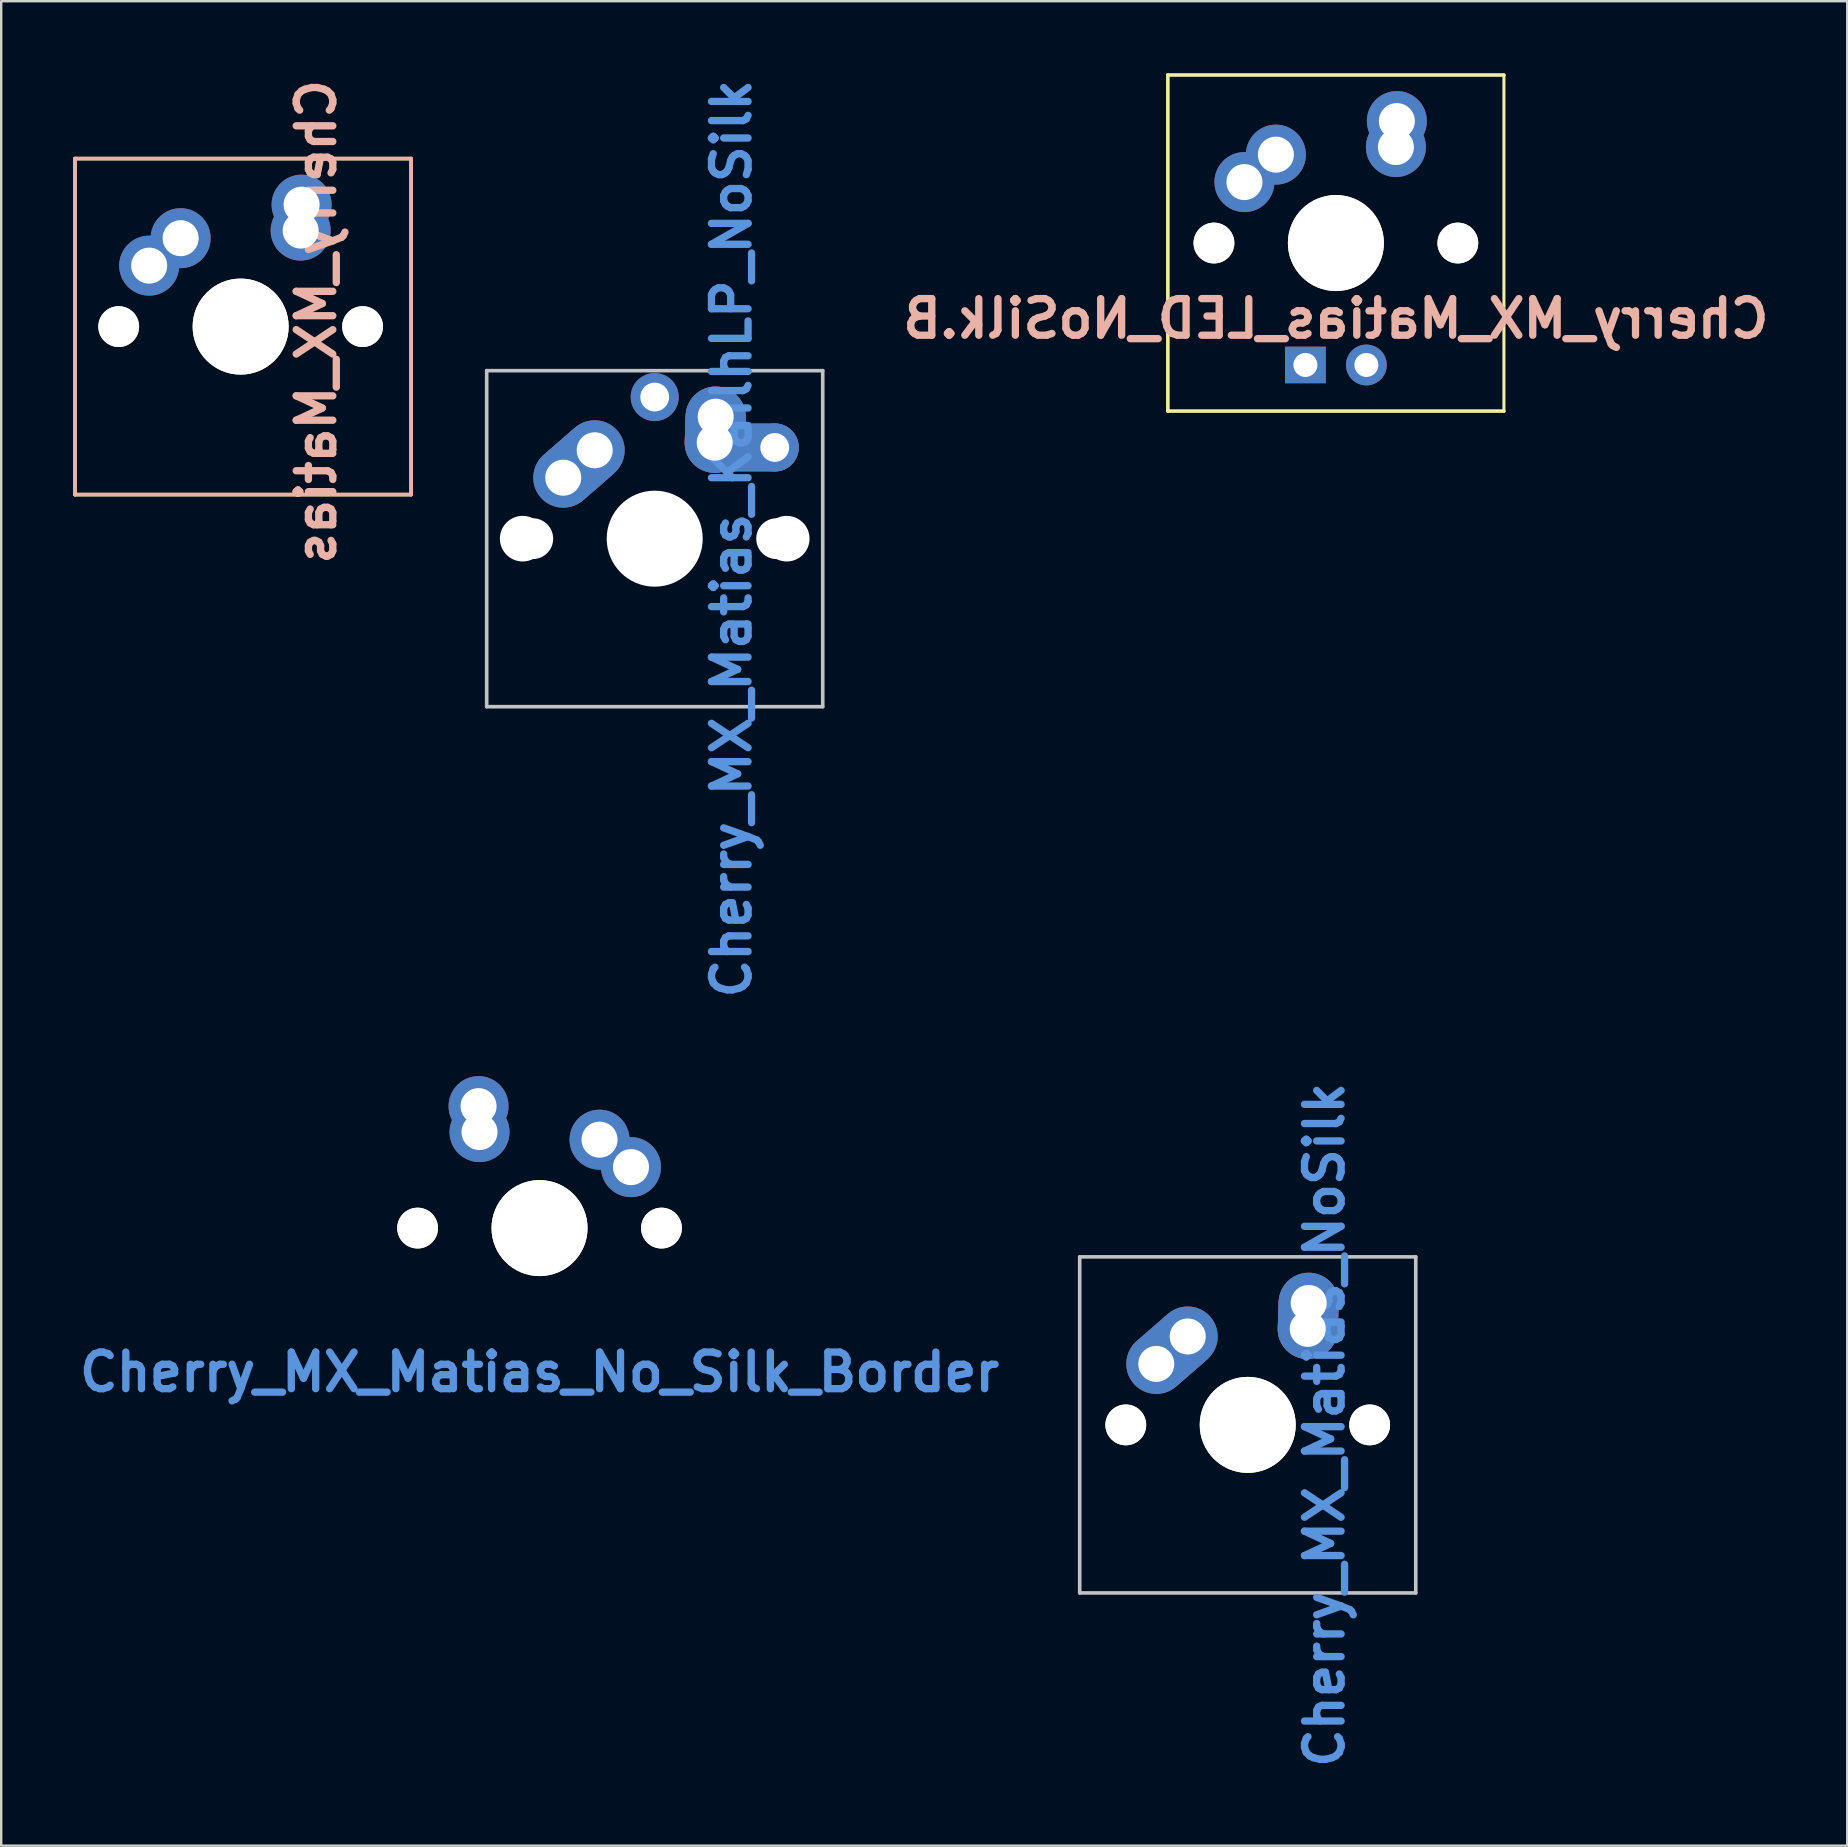
<source format=kicad_pcb>
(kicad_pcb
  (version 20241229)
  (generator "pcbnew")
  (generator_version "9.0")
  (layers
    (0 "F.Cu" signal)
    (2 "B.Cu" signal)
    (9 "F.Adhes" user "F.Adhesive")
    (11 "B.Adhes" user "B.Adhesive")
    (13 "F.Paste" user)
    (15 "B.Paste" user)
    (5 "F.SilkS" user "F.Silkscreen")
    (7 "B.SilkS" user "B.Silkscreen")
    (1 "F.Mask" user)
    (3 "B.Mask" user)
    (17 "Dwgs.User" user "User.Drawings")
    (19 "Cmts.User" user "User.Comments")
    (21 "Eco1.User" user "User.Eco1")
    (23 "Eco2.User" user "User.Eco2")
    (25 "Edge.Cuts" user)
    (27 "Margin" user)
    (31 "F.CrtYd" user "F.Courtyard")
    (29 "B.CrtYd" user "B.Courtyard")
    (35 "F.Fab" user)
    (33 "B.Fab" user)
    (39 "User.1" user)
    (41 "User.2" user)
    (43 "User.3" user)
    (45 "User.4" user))
  (footprint "Cherry_MX_Matias_KailhLP_NoSilk"
    (layer "F.Cu")
    (at 24.225 19.391)
    (property "Reference" "Cherry_MX_Matias_KailhLP_NoSilk" (at 3.2 0 90) (layer "Cmts.User") (effects (font (size 1.524 1.524) (thickness 0.305))))
    (attr through_hole)
    (fp_line (start -7 -7) (end 7 -7) (stroke (width 0.15) (type solid)) (layer "Dwgs.User"))
    (fp_line (start -7 7) (end -7 -7) (stroke (width 0.15) (type solid)) (layer "Dwgs.User"))
    (fp_line (start 7 -7) (end 7 7) (stroke (width 0.15) (type solid)) (layer "Dwgs.User"))
    (fp_line (start 7 7) (end -7 7) (stroke (width 0.15) (type solid)) (layer "Dwgs.User"))
    (pad "" np_thru_hole circle (at -5.5 0) (size 1.9 1.9) (drill 1.9) (layers "*.Cu" "*.Mask"))
    (pad "" np_thru_hole circle (at -5.08 0) (size 1.7 1.7) (drill 1.7) (layers "*.Cu" "*.Mask"))
    (pad "" np_thru_hole circle (at 0 0) (size 4 4) (drill 4) (layers "*.Cu" "*.Mask"))
    (pad "" np_thru_hole circle (at 5.08 0) (size 1.7 1.7) (drill 1.7) (layers "*.Cu" "*.Mask"))
    (pad "" np_thru_hole circle (at 5.5 0) (size 1.9 1.9) (drill 1.9) (layers "*.Cu" "*.Mask"))
    (pad "1" thru_hole oval (at -3.81 -2.54 311) (size 2.5 4.1) (drill 1.5 (offset 0 -0.8)) (layers "*.Cu" "*.Mask"))
    (pad "1" smd oval (at -3.18 -3.09 311) (size 2.5 4.1) (layers "F.Cu" "F.Mask"))
    (pad "1" smd oval (at -3.18 -3.09 311) (size 2.5 4.1) (layers "F.Mask" "B.Cu"))
    (pad "1" thru_hole circle (at -2.5 -3.683) (size 2.5 2.5) (drill 1.5) (layers "*.Cu" "*.Mask"))
    (pad "1" thru_hole circle (at 0 -5.9 315) (size 2 2) (drill 1.2) (layers "*.Cu" "*.Mask"))
    (pad "2" thru_hole oval (at 2.5 -4 358) (size 2.5 3.5) (drill 1.5 (offset 0 -0.5)) (layers "*.Cu" "*.Mask"))
    (pad "2" smd oval (at 2.52 -4.54 358) (size 2.5 3.6) (layers "F.Cu" "F.Mask"))
    (pad "2" smd oval (at 2.52 -4.54 358) (size 2.5 3.6) (layers "F.Mask" "B.Cu"))
    (pad "2" thru_hole circle (at 2.54 -5.08) (size 2.5 2.5) (drill 1.5) (layers "*.Cu" "*.Mask"))
    (pad "2" smd oval (at 3.75 -3.8 90) (size 2 4.5) (layers "F.Cu"))
    (pad "2" smd oval (at 3.75 -3.8 90) (size 2 4.5) (layers "B.Cu"))
    (pad "2" thru_hole circle (at 5 -3.8 311) (size 2 2) (drill 1.2) (layers "*.Cu" "*.Mask")))
  (footprint "Cherry_MX_Matias_LED_NoSilk.B"
    (layer "F.Cu")
    (at 52.603 7.075)
    (property "Reference" "Cherry_MX_Matias_LED_NoSilk.B" (at 0 3.15 180) (layer "B.SilkS") (effects (font (size 1.524 1.524) (thickness 0.305)) (justify mirror)))
    (attr through_hole)
    (fp_line (start -7 -7) (end 7 -7) (stroke (width 0.15) (type solid)) (layer "F.SilkS"))
    (fp_line (start -7 7) (end -7 -7) (stroke (width 0.15) (type solid)) (layer "F.SilkS"))
    (fp_line (start 7 7) (end -7 7) (stroke (width 0.15) (type solid)) (layer "F.SilkS"))
    (fp_line (start 7 7) (end 7 -7) (stroke (width 0.127) (type solid)) (layer "F.SilkS"))
    (pad "" np_thru_hole circle (at -5.08 0) (size 1.7 1.7) (drill 1.7) (layers "*.Cu" "*.Mask" "F.SilkS"))
    (pad "" np_thru_hole circle (at 0 0) (size 4 4) (drill 4) (layers "*.Cu" "*.Mask" "F.SilkS"))
    (pad "" np_thru_hole circle (at 5.08 0) (size 1.7 1.7) (drill 1.7) (layers "*.Cu" "*.Mask" "F.SilkS"))
    (pad "1" thru_hole circle (at -3.81 -2.54) (size 2.5 2.5) (drill 1.5) (layers "*.Cu" "*.Mask"))
    (pad "1" thru_hole circle (at -2.5 -3.683) (size 2.5 2.5) (drill 1.5) (layers "*.Cu" "*.Mask"))
    (pad "2" thru_hole circle (at 2.5 -4) (size 2.5 2.5) (drill 1.5) (layers "*.Cu" "*.Mask"))
    (pad "2" thru_hole circle (at 2.54 -5.08) (size 2.5 2.5) (drill 1.5) (layers "*.Cu" "*.Mask"))
    (pad "3" thru_hole rect (at -1.27 5.08) (size 1.7 1.524) (drill 1) (layers "*.Cu" "*.Mask"))
    (pad "4" thru_hole circle (at 1.27 5.08) (size 1.7 1.7) (drill 1) (layers "*.Cu" "*.Mask")))
  (footprint "Cherry_MX_Matias"
    (layer "F.Cu")
    (at 7.075 10.556)
    (property "Reference" "Cherry_MX_Matias" (at 3.05 -0.2 90) (layer "B.SilkS") (effects (font (size 1.524 1.524) (thickness 0.305)) (justify mirror)))
    (attr through_hole)
    (fp_line (start -7 -7) (end 7 -7) (stroke (width 0.15) (type solid)) (layer "F.SilkS"))
    (fp_line (start -7 7) (end -7 -7) (stroke (width 0.15) (type solid)) (layer "F.SilkS"))
    (fp_line (start 7 -7) (end 7 7) (stroke (width 0.15) (type solid)) (layer "F.SilkS"))
    (fp_line (start 7 7) (end -7 7) (stroke (width 0.15) (type solid)) (layer "F.SilkS"))
    (fp_line (start -7 -7) (end 7 -7) (stroke (width 0.15) (type solid)) (layer "B.SilkS"))
    (fp_line (start -7 7) (end -7 -7) (stroke (width 0.15) (type solid)) (layer "B.SilkS"))
    (fp_line (start 7 -7) (end 7 7) (stroke (width 0.15) (type solid)) (layer "B.SilkS"))
    (fp_line (start 7 7) (end -7 7) (stroke (width 0.15) (type solid)) (layer "B.SilkS"))
    (pad "" np_thru_hole circle (at -5.18 0) (size 1.7 1.7) (drill 1.7) (layers "*.Cu" "*.Mask" "F.SilkS"))
    (pad "" np_thru_hole circle (at -0.1 0) (size 4 4) (drill 4) (layers "*.Cu" "*.Mask" "F.SilkS"))
    (pad "" np_thru_hole circle (at 4.98 0) (size 1.7 1.7) (drill 1.7) (layers "*.Cu" "*.Mask" "F.SilkS"))
    (pad "1" thru_hole circle (at -3.91 -2.54) (size 2.5 2.5) (drill 1.5) (layers "*.Cu" "*.Mask"))
    (pad "1" thru_hole circle (at -2.6 -3.683) (size 2.5 2.5) (drill 1.5) (layers "*.Cu" "*.Mask"))
    (pad "2" thru_hole circle (at 2.4 -4) (size 2.5 2.5) (drill 1.5) (layers "*.Cu" "*.Mask"))
    (pad "2" thru_hole circle (at 2.44 -5.08) (size 2.5 2.5) (drill 1.5) (layers "*.Cu" "*.Mask")))
  (footprint "Cherry_MX_Matias_No_Silk_Border"
    (layer "F.Cu")
    (at 19.427 48.112)
    (property "Reference" "Cherry_MX_Matias_No_Silk_Border" (at 0 6 0) (layer "Cmts.User") (effects (font (size 1.524 1.524) (thickness 0.305))))
    (attr through_hole)
    (pad "" np_thru_hole circle (at -5.08 0) (size 1.7 1.7) (drill 1.7) (layers "*.Cu" "*.Mask" "F.SilkS"))
    (pad "" np_thru_hole circle (at 0 0) (size 4 4) (drill 4) (layers "*.Cu" "*.Mask" "F.SilkS"))
    (pad "" np_thru_hole circle (at 5.08 0) (size 1.7 1.7) (drill 1.7) (layers "*.Cu" "*.Mask" "F.SilkS"))
    (pad "1" thru_hole circle (at -2.54 -5.08) (size 2.5 2.5) (drill 1.5) (layers "*.Cu" "*.Mask"))
    (pad "1" thru_hole circle (at -2.5 -4) (size 2.5 2.5) (drill 1.5) (layers "*.Cu" "*.Mask"))
    (pad "2" thru_hole circle (at 2.5 -3.683) (size 2.5 2.5) (drill 1.5) (layers "*.Cu" "*.Mask"))
    (pad "2" thru_hole circle (at 3.81 -2.54) (size 2.5 2.5) (drill 1.5) (layers "*.Cu" "*.Mask")))
  (footprint "Cherry_MX_Matias_NoSilk"
    (layer "F.Cu")
    (at 48.93 56.311)
    (property "Reference" "Cherry_MX_Matias_NoSilk" (at 3.2 0 90) (layer "Cmts.User") (effects (font (size 1.524 1.524) (thickness 0.305))))
    (attr through_hole)
    (fp_line (start -7 -7) (end 7 -7) (stroke (width 0.15) (type solid)) (layer "Dwgs.User"))
    (fp_line (start -7 7) (end -7 -7) (stroke (width 0.15) (type solid)) (layer "Dwgs.User"))
    (fp_line (start 7 -7) (end 7 7) (stroke (width 0.15) (type solid)) (layer "Dwgs.User"))
    (fp_line (start 7 7) (end -7 7) (stroke (width 0.15) (type solid)) (layer "Dwgs.User"))
    (pad "" np_thru_hole circle (at -5.08 0) (size 1.7 1.7) (drill 1.7) (layers "*.Cu" "*.Mask" "F.SilkS"))
    (pad "" np_thru_hole circle (at 0 0) (size 4 4) (drill 4) (layers "*.Cu" "*.Mask" "F.SilkS"))
    (pad "" np_thru_hole circle (at 5.08 0) (size 1.7 1.7) (drill 1.7) (layers "*.Cu" "*.Mask" "F.SilkS"))
    (pad "1" thru_hole oval (at -3.81 -2.54 311) (size 2.5 4.1) (drill 1.5 (offset 0 -0.8)) (layers "*.Cu" "*.Mask"))
    (pad "1" smd oval (at -3.18 -3.09 311) (size 2.5 4.1) (layers "F.Cu" "F.Mask"))
    (pad "1" smd oval (at -3.18 -3.09 311) (size 2.5 4.1) (layers "F.Mask" "B.Cu"))
    (pad "1" thru_hole circle (at -2.5 -3.683) (size 2.5 2.5) (drill 1.5) (layers "*.Cu" "*.Mask"))
    (pad "2" thru_hole oval (at 2.5 -4 358) (size 2.5 3.5) (drill 1.5 (offset 0 -0.5)) (layers "*.Cu" "*.Mask"))
    (pad "2" smd oval (at 2.52 -4.54 358) (size 2.5 3.6) (layers "F.Cu" "F.Mask"))
    (pad "2" smd oval (at 2.52 -4.54 358) (size 2.5 3.6) (layers "F.Mask" "B.Cu"))
    (pad "2" thru_hole circle (at 2.54 -5.08) (size 2.5 2.5) (drill 1.5) (layers "*.Cu" "*.Mask")))
  (gr_rect
    (start -3 -3)
    (end 73.905 73.84)
    (stroke (width 0.1) (type default))
    (fill no)
    (layer "Edge.Cuts")))
</source>
